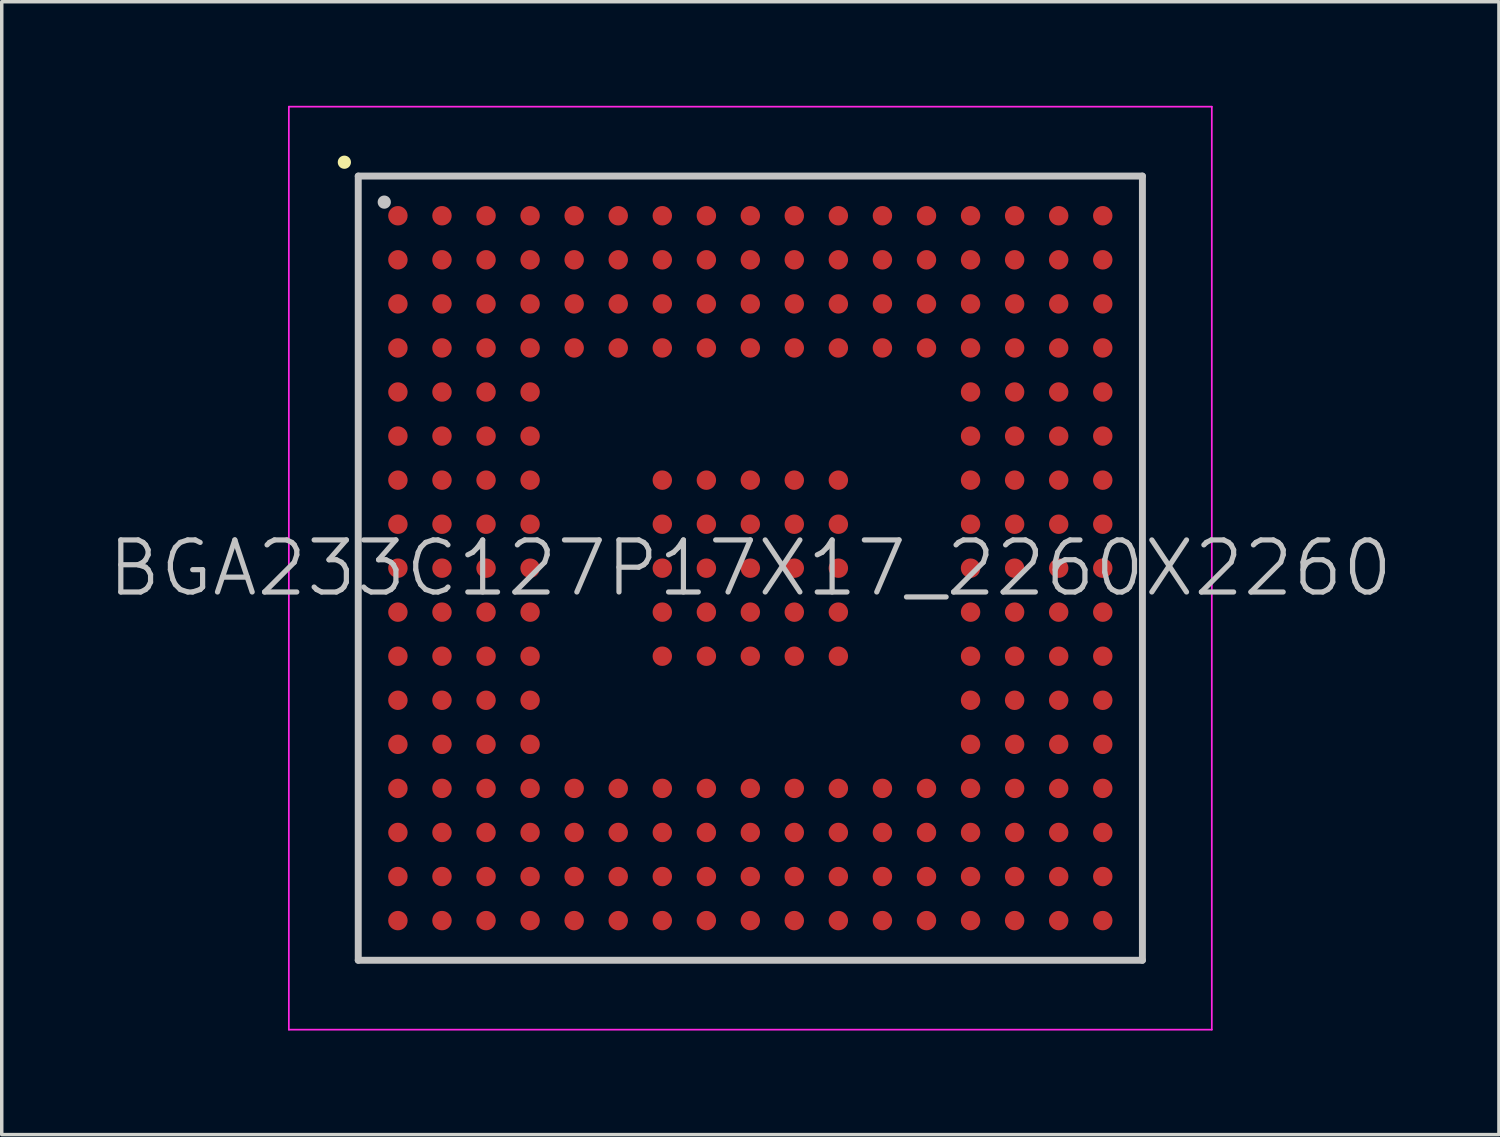
<source format=kicad_pcb>
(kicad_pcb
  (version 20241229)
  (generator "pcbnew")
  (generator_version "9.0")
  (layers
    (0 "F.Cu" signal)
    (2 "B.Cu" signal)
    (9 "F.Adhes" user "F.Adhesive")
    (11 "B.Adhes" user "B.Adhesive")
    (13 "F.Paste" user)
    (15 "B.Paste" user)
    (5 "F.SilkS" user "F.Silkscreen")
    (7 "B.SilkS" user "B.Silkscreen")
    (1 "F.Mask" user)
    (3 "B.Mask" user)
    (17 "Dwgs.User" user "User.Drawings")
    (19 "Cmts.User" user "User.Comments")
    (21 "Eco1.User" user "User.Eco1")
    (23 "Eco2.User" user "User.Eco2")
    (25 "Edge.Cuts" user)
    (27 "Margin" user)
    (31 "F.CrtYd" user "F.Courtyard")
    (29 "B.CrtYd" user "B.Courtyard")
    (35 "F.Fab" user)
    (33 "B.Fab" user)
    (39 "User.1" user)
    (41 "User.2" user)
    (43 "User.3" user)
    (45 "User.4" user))
  (footprint "BGA233C127P17X17_2260X2260"
    (layer "F.Cu")
    (at 18.575 13.325)
    (property "Reference" "BGA233C127P17X17_2260X2260" (at 0 0 0) (layer "Dwgs.User") (effects (font (size 1.5 1.5) (thickness 0.15))))
    (attr smd)
    (fp_line (start -11.7 -11.7) (end -11.7 -11.7) (stroke (width 0.381) (type solid)) (layer "F.SilkS"))
    (fp_line (start -11.3 -11.3) (end -11.3 11.3) (stroke (width 0.2) (type solid)) (layer "Dwgs.User"))
    (fp_line (start -11.3 -11.3) (end 11.3 -11.3) (stroke (width 0.2) (type solid)) (layer "Dwgs.User"))
    (fp_line (start -11.3 11.3) (end 11.3 11.3) (stroke (width 0.2) (type solid)) (layer "Dwgs.User"))
    (fp_line (start -10.55 -10.55) (end -10.55 -10.55) (stroke (width 0.381) (type solid)) (layer "Dwgs.User"))
    (fp_line (start 11.3 -11.3) (end 11.3 11.3) (stroke (width 0.2) (type solid)) (layer "Dwgs.User"))
    (fp_line (start -13.3 -13.3) (end -13.3 13.3) (stroke (width 0.05) (type solid)) (layer "F.CrtYd"))
    (fp_line (start -13.3 -13.3) (end 13.3 -13.3) (stroke (width 0.05) (type solid)) (layer "F.CrtYd"))
    (fp_line (start -13.3 13.3) (end 13.3 13.3) (stroke (width 0.05) (type solid)) (layer "F.CrtYd"))
    (fp_line (start 13.3 -13.3) (end 13.3 13.3) (stroke (width 0.05) (type solid)) (layer "F.CrtYd"))
    (pad "A1" smd circle (at -10.157 -10.157 270) (size 0.56 0.56) (layers "F.Cu" "F.Mask" "F.Paste"))
    (pad "A2" smd circle (at -8.887 -10.157 270) (size 0.56 0.56) (layers "F.Cu" "F.Mask" "F.Paste"))
    (pad "A3" smd circle (at -7.617 -10.157 270) (size 0.56 0.56) (layers "F.Cu" "F.Mask" "F.Paste"))
    (pad "A4" smd circle (at -6.347 -10.157 270) (size 0.56 0.56) (layers "F.Cu" "F.Mask" "F.Paste"))
    (pad "A5" smd circle (at -5.077 -10.157 270) (size 0.56 0.56) (layers "F.Cu" "F.Mask" "F.Paste"))
    (pad "A6" smd circle (at -3.807 -10.157 270) (size 0.56 0.56) (layers "F.Cu" "F.Mask" "F.Paste"))
    (pad "A7" smd circle (at -2.537 -10.157 270) (size 0.56 0.56) (layers "F.Cu" "F.Mask" "F.Paste"))
    (pad "A8" smd circle (at -1.267 -10.157 270) (size 0.56 0.56) (layers "F.Cu" "F.Mask" "F.Paste"))
    (pad "A9" smd circle (at 0 -10.157 270) (size 0.56 0.56) (layers "F.Cu" "F.Mask" "F.Paste"))
    (pad "A10" smd circle (at 1.267 -10.157 270) (size 0.56 0.56) (layers "F.Cu" "F.Mask" "F.Paste"))
    (pad "A11" smd circle (at 2.537 -10.157 270) (size 0.56 0.56) (layers "F.Cu" "F.Mask" "F.Paste"))
    (pad "A12" smd circle (at 3.807 -10.157 270) (size 0.56 0.56) (layers "F.Cu" "F.Mask" "F.Paste"))
    (pad "A13" smd circle (at 5.077 -10.157 270) (size 0.56 0.56) (layers "F.Cu" "F.Mask" "F.Paste"))
    (pad "A14" smd circle (at 6.347 -10.157 270) (size 0.56 0.56) (layers "F.Cu" "F.Mask" "F.Paste"))
    (pad "A15" smd circle (at 7.617 -10.157 270) (size 0.56 0.56) (layers "F.Cu" "F.Mask" "F.Paste"))
    (pad "A16" smd circle (at 8.887 -10.157 270) (size 0.56 0.56) (layers "F.Cu" "F.Mask" "F.Paste"))
    (pad "A17" smd circle (at 10.157 -10.157 270) (size 0.56 0.56) (layers "F.Cu" "F.Mask" "F.Paste"))
    (pad "B1" smd circle (at -10.157 -8.887 270) (size 0.56 0.56) (layers "F.Cu" "F.Mask" "F.Paste"))
    (pad "B2" smd circle (at -8.887 -8.887 270) (size 0.56 0.56) (layers "F.Cu" "F.Mask" "F.Paste"))
    (pad "B3" smd circle (at -7.617 -8.887 270) (size 0.56 0.56) (layers "F.Cu" "F.Mask" "F.Paste"))
    (pad "B4" smd circle (at -6.347 -8.887 270) (size 0.56 0.56) (layers "F.Cu" "F.Mask" "F.Paste"))
    (pad "B5" smd circle (at -5.077 -8.887 270) (size 0.56 0.56) (layers "F.Cu" "F.Mask" "F.Paste"))
    (pad "B6" smd circle (at -3.807 -8.887 270) (size 0.56 0.56) (layers "F.Cu" "F.Mask" "F.Paste"))
    (pad "B7" smd circle (at -2.537 -8.887 270) (size 0.56 0.56) (layers "F.Cu" "F.Mask" "F.Paste"))
    (pad "B8" smd circle (at -1.267 -8.887 270) (size 0.56 0.56) (layers "F.Cu" "F.Mask" "F.Paste"))
    (pad "B9" smd circle (at 0 -8.887 270) (size 0.56 0.56) (layers "F.Cu" "F.Mask" "F.Paste"))
    (pad "B10" smd circle (at 1.267 -8.887 270) (size 0.56 0.56) (layers "F.Cu" "F.Mask" "F.Paste"))
    (pad "B11" smd circle (at 2.537 -8.887 270) (size 0.56 0.56) (layers "F.Cu" "F.Mask" "F.Paste"))
    (pad "B12" smd circle (at 3.807 -8.887 270) (size 0.56 0.56) (layers "F.Cu" "F.Mask" "F.Paste"))
    (pad "B13" smd circle (at 5.077 -8.887 270) (size 0.56 0.56) (layers "F.Cu" "F.Mask" "F.Paste"))
    (pad "B14" smd circle (at 6.347 -8.887 270) (size 0.56 0.56) (layers "F.Cu" "F.Mask" "F.Paste"))
    (pad "B15" smd circle (at 7.617 -8.887 270) (size 0.56 0.56) (layers "F.Cu" "F.Mask" "F.Paste"))
    (pad "B16" smd circle (at 8.887 -8.887 270) (size 0.56 0.56) (layers "F.Cu" "F.Mask" "F.Paste"))
    (pad "B17" smd circle (at 10.157 -8.887 270) (size 0.56 0.56) (layers "F.Cu" "F.Mask" "F.Paste"))
    (pad "C1" smd circle (at -10.157 -7.617 270) (size 0.56 0.56) (layers "F.Cu" "F.Mask" "F.Paste"))
    (pad "C2" smd circle (at -8.887 -7.617 270) (size 0.56 0.56) (layers "F.Cu" "F.Mask" "F.Paste"))
    (pad "C3" smd circle (at -7.617 -7.617 270) (size 0.56 0.56) (layers "F.Cu" "F.Mask" "F.Paste"))
    (pad "C4" smd circle (at -6.347 -7.617 270) (size 0.56 0.56) (layers "F.Cu" "F.Mask" "F.Paste"))
    (pad "C5" smd circle (at -5.077 -7.617 270) (size 0.56 0.56) (layers "F.Cu" "F.Mask" "F.Paste"))
    (pad "C6" smd circle (at -3.807 -7.617 270) (size 0.56 0.56) (layers "F.Cu" "F.Mask" "F.Paste"))
    (pad "C7" smd circle (at -2.537 -7.617 270) (size 0.56 0.56) (layers "F.Cu" "F.Mask" "F.Paste"))
    (pad "C8" smd circle (at -1.267 -7.617 270) (size 0.56 0.56) (layers "F.Cu" "F.Mask" "F.Paste"))
    (pad "C9" smd circle (at 0 -7.617 270) (size 0.56 0.56) (layers "F.Cu" "F.Mask" "F.Paste"))
    (pad "C10" smd circle (at 1.267 -7.617 270) (size 0.56 0.56) (layers "F.Cu" "F.Mask" "F.Paste"))
    (pad "C11" smd circle (at 2.537 -7.617 270) (size 0.56 0.56) (layers "F.Cu" "F.Mask" "F.Paste"))
    (pad "C12" smd circle (at 3.807 -7.617 270) (size 0.56 0.56) (layers "F.Cu" "F.Mask" "F.Paste"))
    (pad "C13" smd circle (at 5.077 -7.617 270) (size 0.56 0.56) (layers "F.Cu" "F.Mask" "F.Paste"))
    (pad "C14" smd circle (at 6.347 -7.617 270) (size 0.56 0.56) (layers "F.Cu" "F.Mask" "F.Paste"))
    (pad "C15" smd circle (at 7.617 -7.617 270) (size 0.56 0.56) (layers "F.Cu" "F.Mask" "F.Paste"))
    (pad "C16" smd circle (at 8.887 -7.617 270) (size 0.56 0.56) (layers "F.Cu" "F.Mask" "F.Paste"))
    (pad "C17" smd circle (at 10.157 -7.617 270) (size 0.56 0.56) (layers "F.Cu" "F.Mask" "F.Paste"))
    (pad "D1" smd circle (at -10.157 -6.347 270) (size 0.56 0.56) (layers "F.Cu" "F.Mask" "F.Paste"))
    (pad "D2" smd circle (at -8.887 -6.347 270) (size 0.56 0.56) (layers "F.Cu" "F.Mask" "F.Paste"))
    (pad "D3" smd circle (at -7.617 -6.347 270) (size 0.56 0.56) (layers "F.Cu" "F.Mask" "F.Paste"))
    (pad "D4" smd circle (at -6.347 -6.347 270) (size 0.56 0.56) (layers "F.Cu" "F.Mask" "F.Paste"))
    (pad "D5" smd circle (at -5.077 -6.347 270) (size 0.56 0.56) (layers "F.Cu" "F.Mask" "F.Paste"))
    (pad "D6" smd circle (at -3.807 -6.347 270) (size 0.56 0.56) (layers "F.Cu" "F.Mask" "F.Paste"))
    (pad "D7" smd circle (at -2.537 -6.347 270) (size 0.56 0.56) (layers "F.Cu" "F.Mask" "F.Paste"))
    (pad "D8" smd circle (at -1.267 -6.347 270) (size 0.56 0.56) (layers "F.Cu" "F.Mask" "F.Paste"))
    (pad "D9" smd circle (at 0 -6.347 270) (size 0.56 0.56) (layers "F.Cu" "F.Mask" "F.Paste"))
    (pad "D10" smd circle (at 1.267 -6.347 270) (size 0.56 0.56) (layers "F.Cu" "F.Mask" "F.Paste"))
    (pad "D11" smd circle (at 2.537 -6.347 270) (size 0.56 0.56) (layers "F.Cu" "F.Mask" "F.Paste"))
    (pad "D12" smd circle (at 3.807 -6.347 270) (size 0.56 0.56) (layers "F.Cu" "F.Mask" "F.Paste"))
    (pad "D13" smd circle (at 5.077 -6.347 270) (size 0.56 0.56) (layers "F.Cu" "F.Mask" "F.Paste"))
    (pad "D14" smd circle (at 6.347 -6.347 270) (size 0.56 0.56) (layers "F.Cu" "F.Mask" "F.Paste"))
    (pad "D15" smd circle (at 7.617 -6.347 270) (size 0.56 0.56) (layers "F.Cu" "F.Mask" "F.Paste"))
    (pad "D16" smd circle (at 8.887 -6.347 270) (size 0.56 0.56) (layers "F.Cu" "F.Mask" "F.Paste"))
    (pad "D17" smd circle (at 10.157 -6.347 270) (size 0.56 0.56) (layers "F.Cu" "F.Mask" "F.Paste"))
    (pad "E1" smd circle (at -10.157 -5.077 270) (size 0.56 0.56) (layers "F.Cu" "F.Mask" "F.Paste"))
    (pad "E2" smd circle (at -8.887 -5.077 270) (size 0.56 0.56) (layers "F.Cu" "F.Mask" "F.Paste"))
    (pad "E3" smd circle (at -7.617 -5.077 270) (size 0.56 0.56) (layers "F.Cu" "F.Mask" "F.Paste"))
    (pad "E4" smd circle (at -6.347 -5.077 270) (size 0.56 0.56) (layers "F.Cu" "F.Mask" "F.Paste"))
    (pad "E14" smd circle (at 6.347 -5.077 270) (size 0.56 0.56) (layers "F.Cu" "F.Mask" "F.Paste"))
    (pad "E15" smd circle (at 7.617 -5.077 270) (size 0.56 0.56) (layers "F.Cu" "F.Mask" "F.Paste"))
    (pad "E16" smd circle (at 8.887 -5.077 270) (size 0.56 0.56) (layers "F.Cu" "F.Mask" "F.Paste"))
    (pad "E17" smd circle (at 10.157 -5.077 270) (size 0.56 0.56) (layers "F.Cu" "F.Mask" "F.Paste"))
    (pad "F1" smd circle (at -10.157 -3.807 270) (size 0.56 0.56) (layers "F.Cu" "F.Mask" "F.Paste"))
    (pad "F2" smd circle (at -8.887 -3.807 270) (size 0.56 0.56) (layers "F.Cu" "F.Mask" "F.Paste"))
    (pad "F3" smd circle (at -7.617 -3.807 270) (size 0.56 0.56) (layers "F.Cu" "F.Mask" "F.Paste"))
    (pad "F4" smd circle (at -6.347 -3.807 270) (size 0.56 0.56) (layers "F.Cu" "F.Mask" "F.Paste"))
    (pad "F14" smd circle (at 6.347 -3.807 270) (size 0.56 0.56) (layers "F.Cu" "F.Mask" "F.Paste"))
    (pad "F15" smd circle (at 7.617 -3.807 270) (size 0.56 0.56) (layers "F.Cu" "F.Mask" "F.Paste"))
    (pad "F16" smd circle (at 8.887 -3.807 270) (size 0.56 0.56) (layers "F.Cu" "F.Mask" "F.Paste"))
    (pad "F17" smd circle (at 10.157 -3.807 270) (size 0.56 0.56) (layers "F.Cu" "F.Mask" "F.Paste"))
    (pad "G1" smd circle (at -10.157 -2.537 270) (size 0.56 0.56) (layers "F.Cu" "F.Mask" "F.Paste"))
    (pad "G2" smd circle (at -8.887 -2.537 270) (size 0.56 0.56) (layers "F.Cu" "F.Mask" "F.Paste"))
    (pad "G3" smd circle (at -7.617 -2.537 270) (size 0.56 0.56) (layers "F.Cu" "F.Mask" "F.Paste"))
    (pad "G4" smd circle (at -6.347 -2.537 270) (size 0.56 0.56) (layers "F.Cu" "F.Mask" "F.Paste"))
    (pad "G7" smd circle (at -2.537 -2.537 270) (size 0.56 0.56) (layers "F.Cu" "F.Mask" "F.Paste"))
    (pad "G8" smd circle (at -1.267 -2.537 270) (size 0.56 0.56) (layers "F.Cu" "F.Mask" "F.Paste"))
    (pad "G9" smd circle (at 0 -2.537 270) (size 0.56 0.56) (layers "F.Cu" "F.Mask" "F.Paste"))
    (pad "G10" smd circle (at 1.267 -2.537 270) (size 0.56 0.56) (layers "F.Cu" "F.Mask" "F.Paste"))
    (pad "G11" smd circle (at 2.537 -2.537 270) (size 0.56 0.56) (layers "F.Cu" "F.Mask" "F.Paste"))
    (pad "G14" smd circle (at 6.347 -2.537 270) (size 0.56 0.56) (layers "F.Cu" "F.Mask" "F.Paste"))
    (pad "G15" smd circle (at 7.617 -2.537 270) (size 0.56 0.56) (layers "F.Cu" "F.Mask" "F.Paste"))
    (pad "G16" smd circle (at 8.887 -2.537 270) (size 0.56 0.56) (layers "F.Cu" "F.Mask" "F.Paste"))
    (pad "G17" smd circle (at 10.157 -2.537 270) (size 0.56 0.56) (layers "F.Cu" "F.Mask" "F.Paste"))
    (pad "H1" smd circle (at -10.157 -1.267 270) (size 0.56 0.56) (layers "F.Cu" "F.Mask" "F.Paste"))
    (pad "H2" smd circle (at -8.887 -1.267 270) (size 0.56 0.56) (layers "F.Cu" "F.Mask" "F.Paste"))
    (pad "H3" smd circle (at -7.617 -1.267 270) (size 0.56 0.56) (layers "F.Cu" "F.Mask" "F.Paste"))
    (pad "H4" smd circle (at -6.347 -1.267 270) (size 0.56 0.56) (layers "F.Cu" "F.Mask" "F.Paste"))
    (pad "H7" smd circle (at -2.537 -1.267 270) (size 0.56 0.56) (layers "F.Cu" "F.Mask" "F.Paste"))
    (pad "H8" smd circle (at -1.267 -1.267 270) (size 0.56 0.56) (layers "F.Cu" "F.Mask" "F.Paste"))
    (pad "H9" smd circle (at 0 -1.267 270) (size 0.56 0.56) (layers "F.Cu" "F.Mask" "F.Paste"))
    (pad "H10" smd circle (at 1.267 -1.267 270) (size 0.56 0.56) (layers "F.Cu" "F.Mask" "F.Paste"))
    (pad "H11" smd circle (at 2.537 -1.267 270) (size 0.56 0.56) (layers "F.Cu" "F.Mask" "F.Paste"))
    (pad "H14" smd circle (at 6.347 -1.267 270) (size 0.56 0.56) (layers "F.Cu" "F.Mask" "F.Paste"))
    (pad "H15" smd circle (at 7.617 -1.267 270) (size 0.56 0.56) (layers "F.Cu" "F.Mask" "F.Paste"))
    (pad "H16" smd circle (at 8.887 -1.267 270) (size 0.56 0.56) (layers "F.Cu" "F.Mask" "F.Paste"))
    (pad "H17" smd circle (at 10.157 -1.267 270) (size 0.56 0.56) (layers "F.Cu" "F.Mask" "F.Paste"))
    (pad "J1" smd circle (at -10.157 0 270) (size 0.56 0.56) (layers "F.Cu" "F.Mask" "F.Paste"))
    (pad "J2" smd circle (at -8.887 0 270) (size 0.56 0.56) (layers "F.Cu" "F.Mask" "F.Paste"))
    (pad "J3" smd circle (at -7.617 0 270) (size 0.56 0.56) (layers "F.Cu" "F.Mask" "F.Paste"))
    (pad "J4" smd circle (at -6.347 0 270) (size 0.56 0.56) (layers "F.Cu" "F.Mask" "F.Paste"))
    (pad "J7" smd circle (at -2.537 0 270) (size 0.56 0.56) (layers "F.Cu" "F.Mask" "F.Paste"))
    (pad "J8" smd circle (at -1.267 0 270) (size 0.56 0.56) (layers "F.Cu" "F.Mask" "F.Paste"))
    (pad "J9" smd circle (at 0 0 270) (size 0.56 0.56) (layers "F.Cu" "F.Mask" "F.Paste"))
    (pad "J10" smd circle (at 1.267 0 270) (size 0.56 0.56) (layers "F.Cu" "F.Mask" "F.Paste"))
    (pad "J11" smd circle (at 2.537 0 270) (size 0.56 0.56) (layers "F.Cu" "F.Mask" "F.Paste"))
    (pad "J14" smd circle (at 6.347 0 270) (size 0.56 0.56) (layers "F.Cu" "F.Mask" "F.Paste"))
    (pad "J15" smd circle (at 7.617 0 270) (size 0.56 0.56) (layers "F.Cu" "F.Mask" "F.Paste"))
    (pad "J16" smd circle (at 8.887 0 270) (size 0.56 0.56) (layers "F.Cu" "F.Mask" "F.Paste"))
    (pad "J17" smd circle (at 10.157 0 270) (size 0.56 0.56) (layers "F.Cu" "F.Mask" "F.Paste"))
    (pad "K1" smd circle (at -10.157 1.267 270) (size 0.56 0.56) (layers "F.Cu" "F.Mask" "F.Paste"))
    (pad "K2" smd circle (at -8.887 1.267 270) (size 0.56 0.56) (layers "F.Cu" "F.Mask" "F.Paste"))
    (pad "K3" smd circle (at -7.617 1.267 270) (size 0.56 0.56) (layers "F.Cu" "F.Mask" "F.Paste"))
    (pad "K4" smd circle (at -6.347 1.267 270) (size 0.56 0.56) (layers "F.Cu" "F.Mask" "F.Paste"))
    (pad "K7" smd circle (at -2.537 1.267 270) (size 0.56 0.56) (layers "F.Cu" "F.Mask" "F.Paste"))
    (pad "K8" smd circle (at -1.267 1.267 270) (size 0.56 0.56) (layers "F.Cu" "F.Mask" "F.Paste"))
    (pad "K9" smd circle (at 0 1.267 270) (size 0.56 0.56) (layers "F.Cu" "F.Mask" "F.Paste"))
    (pad "K10" smd circle (at 1.267 1.267 270) (size 0.56 0.56) (layers "F.Cu" "F.Mask" "F.Paste"))
    (pad "K11" smd circle (at 2.537 1.267 270) (size 0.56 0.56) (layers "F.Cu" "F.Mask" "F.Paste"))
    (pad "K14" smd circle (at 6.347 1.267 270) (size 0.56 0.56) (layers "F.Cu" "F.Mask" "F.Paste"))
    (pad "K15" smd circle (at 7.617 1.267 270) (size 0.56 0.56) (layers "F.Cu" "F.Mask" "F.Paste"))
    (pad "K16" smd circle (at 8.887 1.267 270) (size 0.56 0.56) (layers "F.Cu" "F.Mask" "F.Paste"))
    (pad "K17" smd circle (at 10.157 1.267 270) (size 0.56 0.56) (layers "F.Cu" "F.Mask" "F.Paste"))
    (pad "L1" smd circle (at -10.157 2.537 270) (size 0.56 0.56) (layers "F.Cu" "F.Mask" "F.Paste"))
    (pad "L2" smd circle (at -8.887 2.537 270) (size 0.56 0.56) (layers "F.Cu" "F.Mask" "F.Paste"))
    (pad "L3" smd circle (at -7.617 2.537 270) (size 0.56 0.56) (layers "F.Cu" "F.Mask" "F.Paste"))
    (pad "L4" smd circle (at -6.347 2.537 270) (size 0.56 0.56) (layers "F.Cu" "F.Mask" "F.Paste"))
    (pad "L7" smd circle (at -2.537 2.537 270) (size 0.56 0.56) (layers "F.Cu" "F.Mask" "F.Paste"))
    (pad "L8" smd circle (at -1.267 2.537 270) (size 0.56 0.56) (layers "F.Cu" "F.Mask" "F.Paste"))
    (pad "L9" smd circle (at 0 2.537 270) (size 0.56 0.56) (layers "F.Cu" "F.Mask" "F.Paste"))
    (pad "L10" smd circle (at 1.267 2.537 270) (size 0.56 0.56) (layers "F.Cu" "F.Mask" "F.Paste"))
    (pad "L11" smd circle (at 2.537 2.537 270) (size 0.56 0.56) (layers "F.Cu" "F.Mask" "F.Paste"))
    (pad "L14" smd circle (at 6.347 2.537 270) (size 0.56 0.56) (layers "F.Cu" "F.Mask" "F.Paste"))
    (pad "L15" smd circle (at 7.617 2.537 270) (size 0.56 0.56) (layers "F.Cu" "F.Mask" "F.Paste"))
    (pad "L16" smd circle (at 8.887 2.537 270) (size 0.56 0.56) (layers "F.Cu" "F.Mask" "F.Paste"))
    (pad "L17" smd circle (at 10.157 2.537 270) (size 0.56 0.56) (layers "F.Cu" "F.Mask" "F.Paste"))
    (pad "M1" smd circle (at -10.157 3.807 270) (size 0.56 0.56) (layers "F.Cu" "F.Mask" "F.Paste"))
    (pad "M2" smd circle (at -8.887 3.807 270) (size 0.56 0.56) (layers "F.Cu" "F.Mask" "F.Paste"))
    (pad "M3" smd circle (at -7.617 3.807 270) (size 0.56 0.56) (layers "F.Cu" "F.Mask" "F.Paste"))
    (pad "M4" smd circle (at -6.347 3.807 270) (size 0.56 0.56) (layers "F.Cu" "F.Mask" "F.Paste"))
    (pad "M14" smd circle (at 6.347 3.807 270) (size 0.56 0.56) (layers "F.Cu" "F.Mask" "F.Paste"))
    (pad "M15" smd circle (at 7.617 3.807 270) (size 0.56 0.56) (layers "F.Cu" "F.Mask" "F.Paste"))
    (pad "M16" smd circle (at 8.887 3.807 270) (size 0.56 0.56) (layers "F.Cu" "F.Mask" "F.Paste"))
    (pad "M17" smd circle (at 10.157 3.807 270) (size 0.56 0.56) (layers "F.Cu" "F.Mask" "F.Paste"))
    (pad "N1" smd circle (at -10.157 5.077 270) (size 0.56 0.56) (layers "F.Cu" "F.Mask" "F.Paste"))
    (pad "N2" smd circle (at -8.887 5.077 270) (size 0.56 0.56) (layers "F.Cu" "F.Mask" "F.Paste"))
    (pad "N3" smd circle (at -7.617 5.077 270) (size 0.56 0.56) (layers "F.Cu" "F.Mask" "F.Paste"))
    (pad "N4" smd circle (at -6.347 5.077 270) (size 0.56 0.56) (layers "F.Cu" "F.Mask" "F.Paste"))
    (pad "N14" smd circle (at 6.347 5.077 270) (size 0.56 0.56) (layers "F.Cu" "F.Mask" "F.Paste"))
    (pad "N15" smd circle (at 7.617 5.077 270) (size 0.56 0.56) (layers "F.Cu" "F.Mask" "F.Paste"))
    (pad "N16" smd circle (at 8.887 5.077 270) (size 0.56 0.56) (layers "F.Cu" "F.Mask" "F.Paste"))
    (pad "N17" smd circle (at 10.157 5.077 270) (size 0.56 0.56) (layers "F.Cu" "F.Mask" "F.Paste"))
    (pad "P1" smd circle (at -10.157 6.347 270) (size 0.56 0.56) (layers "F.Cu" "F.Mask" "F.Paste"))
    (pad "P2" smd circle (at -8.887 6.347 270) (size 0.56 0.56) (layers "F.Cu" "F.Mask" "F.Paste"))
    (pad "P3" smd circle (at -7.617 6.347 270) (size 0.56 0.56) (layers "F.Cu" "F.Mask" "F.Paste"))
    (pad "P4" smd circle (at -6.347 6.347 270) (size 0.56 0.56) (layers "F.Cu" "F.Mask" "F.Paste"))
    (pad "P5" smd circle (at -5.077 6.347 270) (size 0.56 0.56) (layers "F.Cu" "F.Mask" "F.Paste"))
    (pad "P6" smd circle (at -3.807 6.347 270) (size 0.56 0.56) (layers "F.Cu" "F.Mask" "F.Paste"))
    (pad "P7" smd circle (at -2.537 6.347 270) (size 0.56 0.56) (layers "F.Cu" "F.Mask" "F.Paste"))
    (pad "P8" smd circle (at -1.267 6.347 270) (size 0.56 0.56) (layers "F.Cu" "F.Mask" "F.Paste"))
    (pad "P9" smd circle (at 0 6.347 270) (size 0.56 0.56) (layers "F.Cu" "F.Mask" "F.Paste"))
    (pad "P10" smd circle (at 1.267 6.347 270) (size 0.56 0.56) (layers "F.Cu" "F.Mask" "F.Paste"))
    (pad "P11" smd circle (at 2.537 6.347 270) (size 0.56 0.56) (layers "F.Cu" "F.Mask" "F.Paste"))
    (pad "P12" smd circle (at 3.807 6.347 270) (size 0.56 0.56) (layers "F.Cu" "F.Mask" "F.Paste"))
    (pad "P13" smd circle (at 5.077 6.347 270) (size 0.56 0.56) (layers "F.Cu" "F.Mask" "F.Paste"))
    (pad "P14" smd circle (at 6.347 6.347 270) (size 0.56 0.56) (layers "F.Cu" "F.Mask" "F.Paste"))
    (pad "P15" smd circle (at 7.617 6.347 270) (size 0.56 0.56) (layers "F.Cu" "F.Mask" "F.Paste"))
    (pad "P16" smd circle (at 8.887 6.347 270) (size 0.56 0.56) (layers "F.Cu" "F.Mask" "F.Paste"))
    (pad "P17" smd circle (at 10.157 6.347 270) (size 0.56 0.56) (layers "F.Cu" "F.Mask" "F.Paste"))
    (pad "R1" smd circle (at -10.157 7.617 270) (size 0.56 0.56) (layers "F.Cu" "F.Mask" "F.Paste"))
    (pad "R2" smd circle (at -8.887 7.617 270) (size 0.56 0.56) (layers "F.Cu" "F.Mask" "F.Paste"))
    (pad "R3" smd circle (at -7.617 7.617 270) (size 0.56 0.56) (layers "F.Cu" "F.Mask" "F.Paste"))
    (pad "R4" smd circle (at -6.347 7.617 270) (size 0.56 0.56) (layers "F.Cu" "F.Mask" "F.Paste"))
    (pad "R5" smd circle (at -5.077 7.617 270) (size 0.56 0.56) (layers "F.Cu" "F.Mask" "F.Paste"))
    (pad "R6" smd circle (at -3.807 7.617 270) (size 0.56 0.56) (layers "F.Cu" "F.Mask" "F.Paste"))
    (pad "R7" smd circle (at -2.537 7.617 270) (size 0.56 0.56) (layers "F.Cu" "F.Mask" "F.Paste"))
    (pad "R8" smd circle (at -1.267 7.617 270) (size 0.56 0.56) (layers "F.Cu" "F.Mask" "F.Paste"))
    (pad "R9" smd circle (at 0 7.617 270) (size 0.56 0.56) (layers "F.Cu" "F.Mask" "F.Paste"))
    (pad "R10" smd circle (at 1.267 7.617 270) (size 0.56 0.56) (layers "F.Cu" "F.Mask" "F.Paste"))
    (pad "R11" smd circle (at 2.537 7.617 270) (size 0.56 0.56) (layers "F.Cu" "F.Mask" "F.Paste"))
    (pad "R12" smd circle (at 3.807 7.617 270) (size 0.56 0.56) (layers "F.Cu" "F.Mask" "F.Paste"))
    (pad "R13" smd circle (at 5.077 7.617 270) (size 0.56 0.56) (layers "F.Cu" "F.Mask" "F.Paste"))
    (pad "R14" smd circle (at 6.347 7.617 270) (size 0.56 0.56) (layers "F.Cu" "F.Mask" "F.Paste"))
    (pad "R15" smd circle (at 7.617 7.617 270) (size 0.56 0.56) (layers "F.Cu" "F.Mask" "F.Paste"))
    (pad "R16" smd circle (at 8.887 7.617 270) (size 0.56 0.56) (layers "F.Cu" "F.Mask" "F.Paste"))
    (pad "R17" smd circle (at 10.157 7.617 270) (size 0.56 0.56) (layers "F.Cu" "F.Mask" "F.Paste"))
    (pad "T1" smd circle (at -10.157 8.887 270) (size 0.56 0.56) (layers "F.Cu" "F.Mask" "F.Paste"))
    (pad "T2" smd circle (at -8.887 8.887 270) (size 0.56 0.56) (layers "F.Cu" "F.Mask" "F.Paste"))
    (pad "T3" smd circle (at -7.617 8.887 270) (size 0.56 0.56) (layers "F.Cu" "F.Mask" "F.Paste"))
    (pad "T4" smd circle (at -6.347 8.887 270) (size 0.56 0.56) (layers "F.Cu" "F.Mask" "F.Paste"))
    (pad "T5" smd circle (at -5.077 8.887 270) (size 0.56 0.56) (layers "F.Cu" "F.Mask" "F.Paste"))
    (pad "T6" smd circle (at -3.807 8.887 270) (size 0.56 0.56) (layers "F.Cu" "F.Mask" "F.Paste"))
    (pad "T7" smd circle (at -2.537 8.887 270) (size 0.56 0.56) (layers "F.Cu" "F.Mask" "F.Paste"))
    (pad "T8" smd circle (at -1.267 8.887 270) (size 0.56 0.56) (layers "F.Cu" "F.Mask" "F.Paste"))
    (pad "T9" smd circle (at 0 8.887 270) (size 0.56 0.56) (layers "F.Cu" "F.Mask" "F.Paste"))
    (pad "T10" smd circle (at 1.267 8.887 270) (size 0.56 0.56) (layers "F.Cu" "F.Mask" "F.Paste"))
    (pad "T11" smd circle (at 2.537 8.887 270) (size 0.56 0.56) (layers "F.Cu" "F.Mask" "F.Paste"))
    (pad "T12" smd circle (at 3.807 8.887 270) (size 0.56 0.56) (layers "F.Cu" "F.Mask" "F.Paste"))
    (pad "T13" smd circle (at 5.077 8.887 270) (size 0.56 0.56) (layers "F.Cu" "F.Mask" "F.Paste"))
    (pad "T14" smd circle (at 6.347 8.887 270) (size 0.56 0.56) (layers "F.Cu" "F.Mask" "F.Paste"))
    (pad "T15" smd circle (at 7.617 8.887 270) (size 0.56 0.56) (layers "F.Cu" "F.Mask" "F.Paste"))
    (pad "T16" smd circle (at 8.887 8.887 270) (size 0.56 0.56) (layers "F.Cu" "F.Mask" "F.Paste"))
    (pad "T17" smd circle (at 10.157 8.887 270) (size 0.56 0.56) (layers "F.Cu" "F.Mask" "F.Paste"))
    (pad "U1" smd circle (at -10.157 10.157 270) (size 0.56 0.56) (layers "F.Cu" "F.Mask" "F.Paste"))
    (pad "U2" smd circle (at -8.887 10.157 270) (size 0.56 0.56) (layers "F.Cu" "F.Mask" "F.Paste"))
    (pad "U3" smd circle (at -7.617 10.157 270) (size 0.56 0.56) (layers "F.Cu" "F.Mask" "F.Paste"))
    (pad "U4" smd circle (at -6.347 10.157 270) (size 0.56 0.56) (layers "F.Cu" "F.Mask" "F.Paste"))
    (pad "U5" smd circle (at -5.077 10.157 270) (size 0.56 0.56) (layers "F.Cu" "F.Mask" "F.Paste"))
    (pad "U6" smd circle (at -3.807 10.157 270) (size 0.56 0.56) (layers "F.Cu" "F.Mask" "F.Paste"))
    (pad "U7" smd circle (at -2.537 10.157 270) (size 0.56 0.56) (layers "F.Cu" "F.Mask" "F.Paste"))
    (pad "U8" smd circle (at -1.267 10.157 270) (size 0.56 0.56) (layers "F.Cu" "F.Mask" "F.Paste"))
    (pad "U9" smd circle (at 0 10.157 270) (size 0.56 0.56) (layers "F.Cu" "F.Mask" "F.Paste"))
    (pad "U10" smd circle (at 1.267 10.157 270) (size 0.56 0.56) (layers "F.Cu" "F.Mask" "F.Paste"))
    (pad "U11" smd circle (at 2.537 10.157 270) (size 0.56 0.56) (layers "F.Cu" "F.Mask" "F.Paste"))
    (pad "U12" smd circle (at 3.807 10.157 270) (size 0.56 0.56) (layers "F.Cu" "F.Mask" "F.Paste"))
    (pad "U13" smd circle (at 5.077 10.157 270) (size 0.56 0.56) (layers "F.Cu" "F.Mask" "F.Paste"))
    (pad "U14" smd circle (at 6.347 10.157 270) (size 0.56 0.56) (layers "F.Cu" "F.Mask" "F.Paste"))
    (pad "U15" smd circle (at 7.617 10.157 270) (size 0.56 0.56) (layers "F.Cu" "F.Mask" "F.Paste"))
    (pad "U16" smd circle (at 8.887 10.157 270) (size 0.56 0.56) (layers "F.Cu" "F.Mask" "F.Paste"))
    (pad "U17" smd circle (at 10.157 10.157 270) (size 0.56 0.56) (layers "F.Cu" "F.Mask" "F.Paste")))
  (gr_rect
    (start -3 -3)
    (end 40.15 29.65)
    (stroke (width 0.1) (type default))
    (fill no)
    (layer "Edge.Cuts")))
</source>
